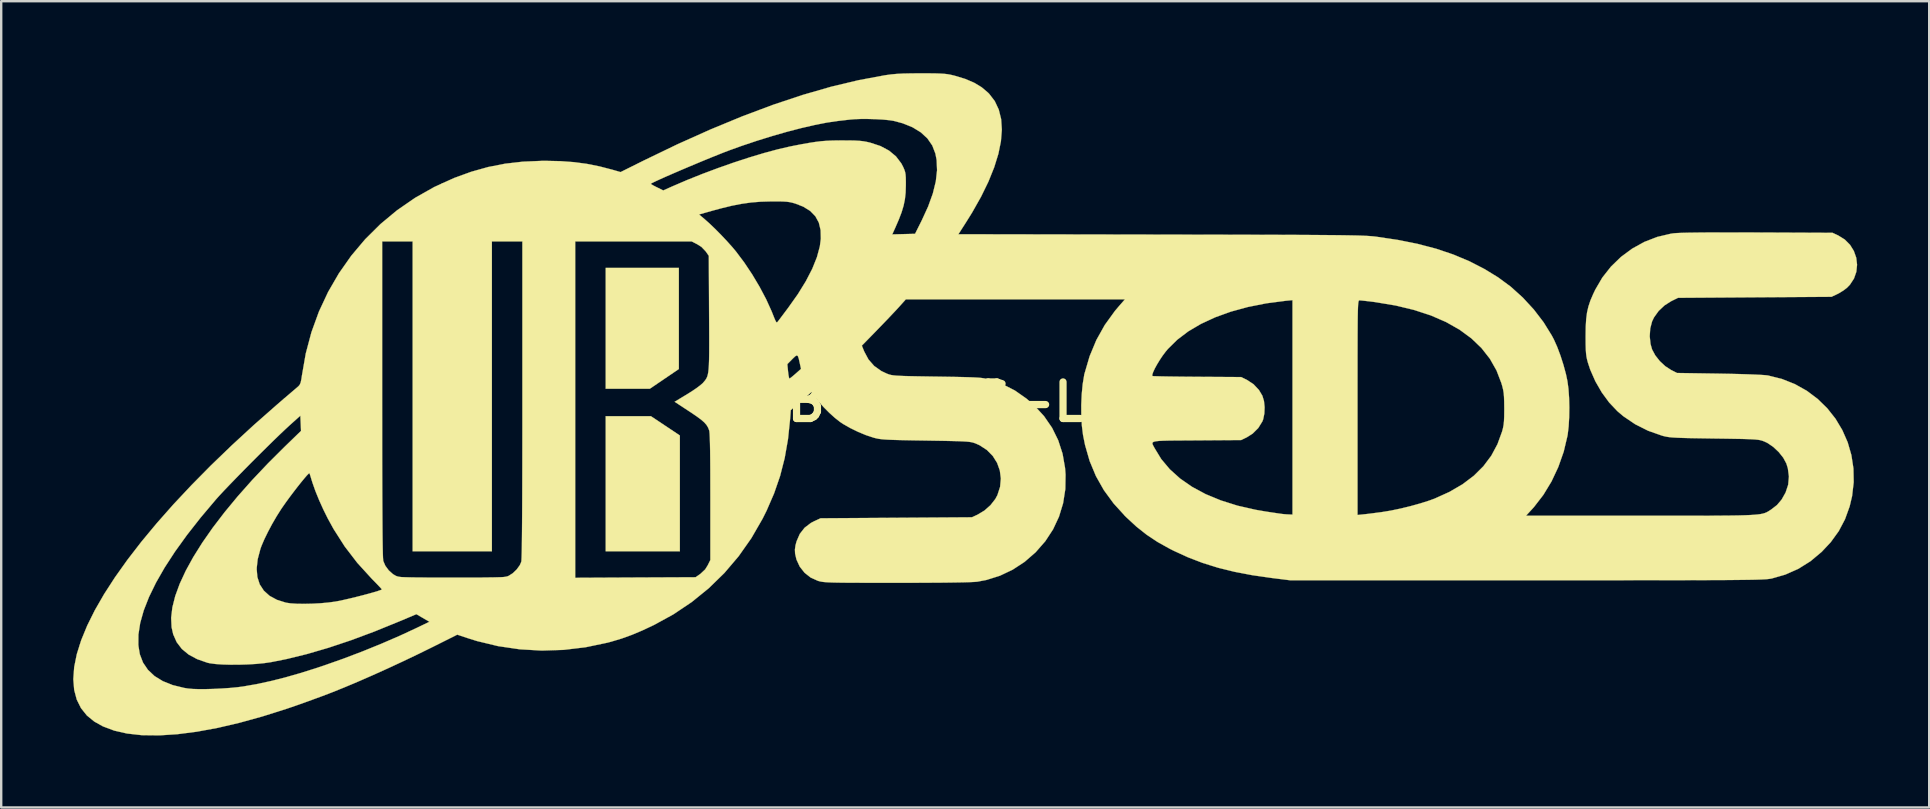
<source format=kicad_pcb>
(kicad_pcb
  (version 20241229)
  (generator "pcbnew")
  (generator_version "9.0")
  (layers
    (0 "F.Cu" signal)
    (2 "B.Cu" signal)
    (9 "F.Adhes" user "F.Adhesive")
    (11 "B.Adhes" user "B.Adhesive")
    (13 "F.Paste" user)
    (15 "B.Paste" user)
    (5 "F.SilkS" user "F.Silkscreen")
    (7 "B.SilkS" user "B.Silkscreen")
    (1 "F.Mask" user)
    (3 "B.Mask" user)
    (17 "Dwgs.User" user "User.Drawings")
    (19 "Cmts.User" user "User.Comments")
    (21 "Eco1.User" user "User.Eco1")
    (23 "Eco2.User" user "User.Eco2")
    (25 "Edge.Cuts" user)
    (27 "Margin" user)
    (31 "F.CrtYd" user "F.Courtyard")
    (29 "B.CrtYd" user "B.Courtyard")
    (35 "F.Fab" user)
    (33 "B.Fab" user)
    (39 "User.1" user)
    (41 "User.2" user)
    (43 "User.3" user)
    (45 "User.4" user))
  (footprint "UB-SEDS-Logo"
    (layer "F.Cu")
    (at 37.215 13.698)
    (property "Reference" "UB-SEDS-Logo" (at 0 0 0) (layer "F.SilkS") (effects (font (size 1.524 1.524) (thickness 0.3))))
    (attr through_hole)
    (fp_poly (pts (xy -12.541 0.995) (xy -11.938 1.398) (xy -11.938 6.223) (xy -15.028 6.223) (xy -15.028 0.593) (xy -13.144 0.593) (xy -12.541 0.995)) (stroke (width 0.01) (type solid)) (fill yes) (layer "F.SilkS"))
    (fp_poly (pts (xy -11.98 -1.372) (xy -12.585 -0.961) (xy -13.19 -0.55) (xy -15.028 -0.55) (xy -15.028 -5.588) (xy -11.98 -5.588) (xy -11.98 -1.372)) (stroke (width 0.01) (type solid)) (fill yes) (layer "F.SilkS"))
    (fp_poly (pts (xy -1.863 -13.693) (xy -1.537 -13.692) (xy -1.281 -13.689) (xy -1.08 -13.682) (xy -0.92 -13.672) (xy -0.787 -13.657) (xy -0.664 -13.635) (xy -0.539 -13.606) (xy -0.487 -13.593) (xy -0.047 -13.46) (xy 0.322 -13.302) (xy 0.635 -13.114) (xy 0.903 -12.887) (xy 0.948 -12.842) (xy 1.184 -12.535) (xy 1.35 -12.182) (xy 1.449 -11.785) (xy 1.478 -11.343) (xy 1.44 -10.861) (xy 1.334 -10.339) (xy 1.161 -9.78) (xy 0.921 -9.184) (xy 0.614 -8.555) (xy 0.24 -7.893) (xy 0.003 -7.512) (xy -0.332 -6.988) (xy 8.079 -6.974) (xy 9.078 -6.972) (xy 9.996 -6.971) (xy 10.836 -6.969) (xy 11.604 -6.967) (xy 12.301 -6.966) (xy 12.932 -6.964) (xy 13.501 -6.962) (xy 14.011 -6.96) (xy 14.466 -6.957) (xy 14.87 -6.954) (xy 15.226 -6.951) (xy 15.538 -6.948) (xy 15.809 -6.944) (xy 16.045 -6.94) (xy 16.247 -6.936) (xy 16.421 -6.931) (xy 16.569 -6.925) (xy 16.695 -6.919) (xy 16.803 -6.912) (xy 16.897 -6.905) (xy 16.98 -6.897) (xy 17.057 -6.888) (xy 17.081 -6.885) (xy 17.982 -6.751) (xy 18.811 -6.585) (xy 19.579 -6.383) (xy 20.293 -6.142) (xy 20.962 -5.861) (xy 21.594 -5.536) (xy 22.158 -5.19) (xy 22.685 -4.801) (xy 23.185 -4.349) (xy 23.645 -3.85) (xy 24.052 -3.319) (xy 24.391 -2.771) (xy 24.478 -2.607) (xy 24.618 -2.295) (xy 24.755 -1.929) (xy 24.88 -1.539) (xy 24.984 -1.154) (xy 25.044 -0.868) (xy 25.087 -0.55) (xy 25.113 -0.177) (xy 25.123 0.227) (xy 25.117 0.633) (xy 25.095 1.016) (xy 25.056 1.349) (xy 25.044 1.418) (xy 24.889 2.072) (xy 24.665 2.708) (xy 24.381 3.313) (xy 24.041 3.873) (xy 23.653 4.375) (xy 23.58 4.456) (xy 23.318 4.741) (xy 28.098 4.741) (xy 28.855 4.741) (xy 29.532 4.741) (xy 30.134 4.741) (xy 30.666 4.74) (xy 31.132 4.739) (xy 31.538 4.736) (xy 31.888 4.733) (xy 32.187 4.728) (xy 32.44 4.721) (xy 32.652 4.712) (xy 32.827 4.701) (xy 32.97 4.688) (xy 33.086 4.673) (xy 33.181 4.654) (xy 33.258 4.632) (xy 33.322 4.608) (xy 33.379 4.579) (xy 33.433 4.547) (xy 33.489 4.511) (xy 33.537 4.48) (xy 33.776 4.295) (xy 33.97 4.066) (xy 34.135 3.773) (xy 34.136 3.77) (xy 34.242 3.449) (xy 34.273 3.107) (xy 34.228 2.763) (xy 34.165 2.561) (xy 34.036 2.322) (xy 33.847 2.086) (xy 33.622 1.874) (xy 33.381 1.71) (xy 33.253 1.649) (xy 33.19 1.625) (xy 33.128 1.605) (xy 33.06 1.588) (xy 32.976 1.575) (xy 32.868 1.564) (xy 32.728 1.555) (xy 32.548 1.548) (xy 32.318 1.541) (xy 32.03 1.536) (xy 31.677 1.53) (xy 31.249 1.524) (xy 31.157 1.523) (xy 30.711 1.516) (xy 30.34 1.51) (xy 30.036 1.504) (xy 29.791 1.497) (xy 29.594 1.489) (xy 29.438 1.48) (xy 29.313 1.469) (xy 29.211 1.455) (xy 29.122 1.438) (xy 29.038 1.418) (xy 28.978 1.401) (xy 28.404 1.199) (xy 27.866 0.928) (xy 27.375 0.596) (xy 27.125 0.384) (xy 26.785 0.025) (xy 26.476 -0.396) (xy 26.208 -0.86) (xy 25.995 -1.344) (xy 25.9 -1.63) (xy 25.864 -1.762) (xy 25.838 -1.887) (xy 25.821 -2.021) (xy 25.81 -2.181) (xy 25.804 -2.386) (xy 25.802 -2.653) (xy 25.802 -2.752) (xy 25.807 -3.134) (xy 25.826 -3.452) (xy 25.861 -3.726) (xy 25.919 -3.978) (xy 26.002 -4.227) (xy 26.116 -4.493) (xy 26.205 -4.68) (xy 26.499 -5.183) (xy 26.858 -5.639) (xy 27.275 -6.043) (xy 27.74 -6.387) (xy 28.246 -6.667) (xy 28.785 -6.876) (xy 29.348 -7.009) (xy 29.47 -7.027) (xy 29.598 -7.037) (xy 29.808 -7.046) (xy 30.102 -7.053) (xy 30.478 -7.058) (xy 30.938 -7.062) (xy 31.482 -7.063) (xy 32.109 -7.063) (xy 32.821 -7.061) (xy 32.956 -7.061) (xy 36.089 -7.048) (xy 36.326 -6.938) (xy 36.601 -6.767) (xy 36.82 -6.547) (xy 36.979 -6.29) (xy 37.078 -6.009) (xy 37.112 -5.716) (xy 37.082 -5.423) (xy 36.984 -5.142) (xy 36.816 -4.886) (xy 36.696 -4.761) (xy 36.555 -4.652) (xy 36.384 -4.545) (xy 36.285 -4.493) (xy 36.047 -4.381) (xy 32.85 -4.36) (xy 29.653 -4.339) (xy 29.371 -4.201) (xy 29.09 -4.023) (xy 28.844 -3.791) (xy 28.653 -3.525) (xy 28.571 -3.355) (xy 28.494 -3.06) (xy 28.473 -2.736) (xy 28.507 -2.415) (xy 28.571 -2.189) (xy 28.703 -1.943) (xy 28.893 -1.702) (xy 29.121 -1.49) (xy 29.364 -1.332) (xy 29.365 -1.332) (xy 29.612 -1.207) (xy 31.369 -1.18) (xy 31.8 -1.172) (xy 32.198 -1.163) (xy 32.556 -1.152) (xy 32.865 -1.14) (xy 33.115 -1.128) (xy 33.298 -1.115) (xy 33.401 -1.103) (xy 33.982 -0.958) (xy 34.523 -0.743) (xy 35.021 -0.464) (xy 35.471 -0.126) (xy 35.87 0.263) (xy 36.214 0.698) (xy 36.498 1.172) (xy 36.721 1.68) (xy 36.876 2.215) (xy 36.961 2.771) (xy 36.972 3.342) (xy 36.905 3.923) (xy 36.803 4.354) (xy 36.609 4.89) (xy 36.348 5.384) (xy 36.014 5.845) (xy 35.639 6.245) (xy 35.173 6.635) (xy 34.667 6.952) (xy 34.123 7.193) (xy 33.567 7.353) (xy 33.525 7.361) (xy 33.479 7.369) (xy 33.423 7.376) (xy 33.357 7.383) (xy 33.275 7.389) (xy 33.176 7.394) (xy 33.054 7.399) (xy 32.908 7.404) (xy 32.734 7.408) (xy 32.529 7.411) (xy 32.288 7.414) (xy 32.01 7.417) (xy 31.69 7.42) (xy 31.326 7.422) (xy 30.913 7.423) (xy 30.45 7.425) (xy 29.931 7.426) (xy 29.355 7.427) (xy 28.717 7.428) (xy 28.015 7.428) (xy 27.245 7.429) (xy 26.404 7.429) (xy 25.488 7.429) (xy 24.495 7.429) (xy 23.42 7.429) (xy 13.483 7.429) (xy 12.721 7.334) (xy 11.914 7.218) (xy 11.175 7.077) (xy 10.492 6.909) (xy 9.85 6.709) (xy 9.235 6.473) (xy 8.635 6.198) (xy 8.467 6.113) (xy 7.963 5.832) (xy 7.512 5.532) (xy 7.086 5.195) (xy 6.658 4.799) (xy 6.622 4.763) (xy 6.136 4.23) (xy 5.729 3.674) (xy 5.398 3.088) (xy 5.138 2.464) (xy 4.945 1.794) (xy 4.861 1.376) (xy 4.814 0.999) (xy 4.789 0.573) (xy 4.787 0.124) (xy 4.807 -0.323) (xy 4.847 -0.743) (xy 4.908 -1.112) (xy 4.914 -1.137) (xy 7.746 -1.137) (xy 7.75 -1.083) (xy 7.755 -1.08) (xy 7.808 -1.075) (xy 7.937 -1.071) (xy 8.132 -1.066) (xy 8.385 -1.061) (xy 8.686 -1.057) (xy 9.027 -1.053) (xy 9.399 -1.05) (xy 9.631 -1.048) (xy 11.451 -1.037) (xy 11.691 -0.919) (xy 11.964 -0.74) (xy 12.19 -0.5) (xy 12.334 -0.259) (xy 12.4 -0.041) (xy 12.427 0.218) (xy 12.416 0.484) (xy 12.367 0.724) (xy 12.334 0.81) (xy 12.162 1.087) (xy 11.927 1.32) (xy 11.691 1.47) (xy 11.451 1.587) (xy 9.599 1.6) (xy 9.144 1.603) (xy 8.768 1.605) (xy 8.462 1.608) (xy 8.221 1.614) (xy 8.038 1.623) (xy 7.906 1.636) (xy 7.819 1.655) (xy 7.77 1.681) (xy 7.752 1.716) (xy 7.758 1.759) (xy 7.782 1.813) (xy 7.818 1.879) (xy 7.838 1.917) (xy 8.12 2.38) (xy 8.476 2.804) (xy 8.905 3.19) (xy 9.404 3.536) (xy 9.97 3.841) (xy 10.602 4.102) (xy 11.296 4.321) (xy 12.052 4.493) (xy 12.488 4.568) (xy 12.766 4.61) (xy 12.975 4.641) (xy 13.13 4.663) (xy 13.247 4.677) (xy 13.34 4.686) (xy 13.424 4.691) (xy 13.451 4.693) (xy 13.589 4.699) (xy 13.589 0.238) (xy 16.298 0.238) (xy 16.298 4.71) (xy 16.563 4.682) (xy 16.717 4.665) (xy 16.925 4.639) (xy 17.154 4.609) (xy 17.314 4.588) (xy 17.684 4.527) (xy 18.091 4.442) (xy 18.51 4.34) (xy 18.915 4.227) (xy 19.281 4.111) (xy 19.513 4.026) (xy 20.132 3.746) (xy 20.675 3.429) (xy 21.145 3.074) (xy 21.543 2.678) (xy 21.871 2.241) (xy 22.129 1.76) (xy 22.321 1.234) (xy 22.321 1.234) (xy 22.359 1.091) (xy 22.385 0.952) (xy 22.401 0.799) (xy 22.409 0.611) (xy 22.412 0.366) (xy 22.412 0.254) (xy 22.409 -0.01) (xy 22.402 -0.21) (xy 22.389 -0.369) (xy 22.366 -0.508) (xy 22.332 -0.648) (xy 22.293 -0.783) (xy 22.09 -1.312) (xy 21.813 -1.8) (xy 21.463 -2.246) (xy 21.042 -2.65) (xy 20.549 -3.012) (xy 19.987 -3.33) (xy 19.356 -3.604) (xy 18.656 -3.833) (xy 17.889 -4.018) (xy 17.055 -4.157) (xy 16.963 -4.17) (xy 16.759 -4.195) (xy 16.581 -4.215) (xy 16.447 -4.229) (xy 16.381 -4.233) (xy 16.368 -4.232) (xy 16.356 -4.224) (xy 16.346 -4.206) (xy 16.337 -4.172) (xy 16.329 -4.118) (xy 16.322 -4.038) (xy 16.317 -3.929) (xy 16.312 -3.786) (xy 16.308 -3.602) (xy 16.305 -3.375) (xy 16.303 -3.099) (xy 16.301 -2.769) (xy 16.3 -2.381) (xy 16.299 -1.93) (xy 16.299 -1.411) (xy 16.298 -0.819) (xy 16.298 -0.15) (xy 16.298 0.238) (xy 13.589 0.238) (xy 13.589 -4.243) (xy 13.303 -4.215) (xy 12.494 -4.109) (xy 11.733 -3.958) (xy 11.023 -3.764) (xy 10.369 -3.528) (xy 9.775 -3.253) (xy 9.246 -2.941) (xy 8.786 -2.592) (xy 8.398 -2.209) (xy 8.306 -2.099) (xy 8.18 -1.932) (xy 8.058 -1.749) (xy 7.946 -1.565) (xy 7.851 -1.392) (xy 7.783 -1.245) (xy 7.746 -1.137) (xy 4.914 -1.137) (xy 4.924 -1.185) (xy 5.136 -1.906) (xy 5.416 -2.579) (xy 5.767 -3.207) (xy 6.19 -3.792) (xy 6.337 -3.966) (xy 6.607 -4.276) (xy -2.521 -4.276) (xy -2.816 -3.948) (xy -2.94 -3.813) (xy -3.109 -3.634) (xy -3.306 -3.426) (xy -3.518 -3.206) (xy -3.728 -2.989) (xy -3.733 -2.983) (xy -4.355 -2.346) (xy -4.254 -2.098) (xy -4.078 -1.77) (xy -3.841 -1.5) (xy -3.542 -1.288) (xy -3.314 -1.18) (xy -3.252 -1.157) (xy -3.191 -1.137) (xy -3.122 -1.121) (xy -3.036 -1.108) (xy -2.925 -1.097) (xy -2.78 -1.089) (xy -2.593 -1.081) (xy -2.357 -1.075) (xy -2.061 -1.069) (xy -1.698 -1.063) (xy -1.259 -1.056) (xy -1.228 -1.056) (xy -0.781 -1.049) (xy -0.41 -1.043) (xy -0.105 -1.036) (xy 0.141 -1.029) (xy 0.338 -1.021) (xy 0.495 -1.012) (xy 0.62 -1.001) (xy 0.724 -0.987) (xy 0.813 -0.97) (xy 0.898 -0.949) (xy 0.953 -0.934) (xy 1.509 -0.74) (xy 2.024 -0.476) (xy 2.506 -0.138) (xy 2.829 0.146) (xy 3.238 0.593) (xy 3.571 1.076) (xy 3.827 1.597) (xy 4.008 2.155) (xy 4.112 2.748) (xy 4.133 3.027) (xy 4.123 3.633) (xy 4.031 4.219) (xy 3.86 4.779) (xy 3.612 5.309) (xy 3.288 5.804) (xy 2.89 6.259) (xy 2.881 6.268) (xy 2.426 6.663) (xy 1.928 6.989) (xy 1.396 7.241) (xy 0.836 7.417) (xy 0.45 7.49) (xy 0.333 7.499) (xy 0.133 7.508) (xy -0.145 7.516) (xy -0.501 7.522) (xy -0.93 7.528) (xy -1.431 7.531) (xy -2.001 7.534) (xy -2.637 7.535) (xy -2.898 7.535) (xy -3.478 7.535) (xy -3.979 7.535) (xy -4.409 7.534) (xy -4.772 7.533) (xy -5.077 7.531) (xy -5.328 7.528) (xy -5.532 7.524) (xy -5.697 7.518) (xy -5.827 7.511) (xy -5.93 7.503) (xy -6.011 7.493) (xy -6.078 7.481) (xy -6.136 7.467) (xy -6.191 7.451) (xy -6.193 7.45) (xy -6.489 7.316) (xy -6.742 7.116) (xy -6.942 6.862) (xy -7.079 6.566) (xy -7.136 6.319) (xy -7.144 6.151) (xy -7.12 5.975) (xy -7.075 5.808) (xy -6.94 5.497) (xy -6.74 5.241) (xy -6.476 5.04) (xy -6.342 4.97) (xy -6.075 4.847) (xy -2.921 4.826) (xy 0.233 4.805) (xy 0.476 4.691) (xy 0.756 4.522) (xy 1.006 4.3) (xy 1.206 4.044) (xy 1.293 3.883) (xy 1.405 3.538) (xy 1.437 3.192) (xy 1.394 2.855) (xy 1.28 2.537) (xy 1.1 2.25) (xy 0.857 2.003) (xy 0.556 1.806) (xy 0.392 1.732) (xy 0.33 1.709) (xy 0.267 1.69) (xy 0.196 1.674) (xy 0.106 1.661) (xy -0.009 1.65) (xy -0.159 1.642) (xy -0.352 1.634) (xy -0.597 1.628) (xy -0.901 1.621) (xy -1.273 1.615) (xy -1.693 1.608) (xy -2.141 1.601) (xy -2.512 1.594) (xy -2.817 1.587) (xy -3.063 1.58) (xy -3.261 1.572) (xy -3.418 1.562) (xy -3.544 1.551) (xy -3.648 1.537) (xy -3.738 1.519) (xy -3.823 1.499) (xy -3.873 1.485) (xy -4.18 1.384) (xy -4.512 1.246) (xy -4.84 1.086) (xy -5.133 0.919) (xy -5.265 0.831) (xy -5.478 0.663) (xy -5.71 0.454) (xy -5.938 0.225) (xy -6.14 0.001) (xy -6.291 -0.194) (xy -6.446 -0.419) (xy -7.316 0.342) (xy -7.344 0.711) (xy -7.432 1.552) (xy -7.57 2.338) (xy -7.761 3.085) (xy -8.011 3.809) (xy -8.323 4.528) (xy -8.493 4.868) (xy -8.959 5.676) (xy -9.489 6.429) (xy -10.081 7.125) (xy -10.733 7.761) (xy -11.443 8.337) (xy -12.208 8.85) (xy -13.011 9.29) (xy -13.495 9.518) (xy -13.937 9.704) (xy -14.363 9.858) (xy -14.798 9.988) (xy -14.955 10.03) (xy -15.863 10.22) (xy -16.78 10.33) (xy -17.697 10.359) (xy -18.61 10.306) (xy -19.511 10.174) (xy -20.394 9.961) (xy -20.77 9.843) (xy -21.212 9.696) (xy -22.195 10.188) (xy -22.821 10.496) (xy -23.462 10.802) (xy -24.105 11.101) (xy -24.737 11.386) (xy -25.345 11.652) (xy -25.917 11.893) (xy -26.438 12.103) (xy -26.839 12.256) (xy -27.159 12.373) (xy -27.415 12.467) (xy -27.623 12.542) (xy -27.798 12.604) (xy -27.955 12.659) (xy -28.11 12.712) (xy -28.278 12.769) (xy -28.321 12.784) (xy -29.327 13.102) (xy -30.289 13.368) (xy -31.201 13.581) (xy -32.063 13.739) (xy -32.87 13.843) (xy -33.62 13.892) (xy -34.31 13.885) (xy -34.375 13.882) (xy -34.972 13.815) (xy -35.506 13.694) (xy -35.975 13.518) (xy -36.337 13.316) (xy -36.647 13.062) (xy -36.891 12.756) (xy -37.067 12.402) (xy -37.174 12) (xy -37.21 11.555) (xy -37.21 11.55) (xy -37.174 11.047) (xy -37.065 10.507) (xy -36.949 10.138) (xy -34.501 10.138) (xy -34.439 10.513) (xy -34.306 10.86) (xy -34.101 11.162) (xy -33.827 11.42) (xy -33.484 11.632) (xy -33.073 11.797) (xy -32.595 11.914) (xy -32.427 11.941) (xy -32.239 11.958) (xy -31.985 11.966) (xy -31.685 11.965) (xy -31.356 11.956) (xy -31.017 11.939) (xy -30.688 11.917) (xy -30.386 11.888) (xy -30.129 11.855) (xy -30.12 11.853) (xy -29.553 11.753) (xy -28.983 11.63) (xy -28.395 11.482) (xy -27.772 11.304) (xy -27.099 11.093) (xy -26.755 10.978) (xy -25.975 10.703) (xy -25.171 10.398) (xy -24.372 10.073) (xy -23.603 9.74) (xy -22.924 9.425) (xy -22.373 9.16) (xy -22.644 9.001) (xy -22.916 8.843) (xy -23.618 9.139) (xy -24.659 9.563) (xy -25.644 9.93) (xy -26.579 10.242) (xy -27.469 10.502) (xy -28.321 10.711) (xy -28.977 10.842) (xy -29.261 10.883) (xy -29.588 10.915) (xy -29.941 10.936) (xy -30.304 10.947) (xy -30.66 10.948) (xy -30.993 10.939) (xy -31.284 10.919) (xy -31.519 10.888) (xy -31.623 10.865) (xy -32.051 10.716) (xy -32.405 10.525) (xy -32.689 10.29) (xy -32.903 10.009) (xy -33.048 9.683) (xy -33.115 9.388) (xy -33.134 8.995) (xy -33.083 8.561) (xy -32.964 8.088) (xy -32.778 7.579) (xy -32.527 7.037) (xy -32.476 6.943) (xy -29.571 6.943) (xy -29.542 7.294) (xy -29.443 7.601) (xy -29.272 7.863) (xy -29.032 8.079) (xy -28.723 8.246) (xy -28.351 8.363) (xy -28.155 8.392) (xy -27.894 8.409) (xy -27.589 8.413) (xy -27.258 8.406) (xy -26.92 8.388) (xy -26.596 8.359) (xy -26.305 8.32) (xy -26.183 8.298) (xy -25.953 8.25) (xy -25.697 8.191) (xy -25.428 8.126) (xy -25.161 8.058) (xy -24.91 7.991) (xy -24.69 7.929) (xy -24.513 7.875) (xy -24.394 7.833) (xy -24.353 7.812) (xy -24.377 7.781) (xy -24.451 7.7) (xy -24.564 7.581) (xy -24.707 7.434) (xy -24.777 7.363) (xy -25.377 6.705) (xy -25.903 6.019) (xy -26.368 5.29) (xy -26.606 4.857) (xy -26.794 4.478) (xy -26.969 4.09) (xy -27.122 3.715) (xy -27.242 3.376) (xy -27.286 3.236) (xy -27.326 3.102) (xy -27.357 3.004) (xy -27.372 2.969) (xy -27.407 2.989) (xy -27.483 3.067) (xy -27.592 3.194) (xy -27.727 3.358) (xy -27.879 3.55) (xy -28.04 3.759) (xy -28.202 3.974) (xy -28.357 4.187) (xy -28.496 4.385) (xy -28.551 4.466) (xy -28.739 4.763) (xy -28.926 5.085) (xy -29.1 5.412) (xy -29.252 5.723) (xy -29.369 5.997) (xy -29.413 6.117) (xy -29.528 6.551) (xy -29.571 6.943) (xy -32.476 6.943) (xy -32.213 6.465) (xy -31.837 5.865) (xy -31.402 5.242) (xy -30.908 4.596) (xy -30.359 3.932) (xy -29.756 3.252) (xy -29.1 2.559) (xy -28.401 1.863) (xy -27.723 1.206) (xy -27.736 0.889) (xy -27.75 0.572) (xy -28.194 0.97) (xy -28.382 1.144) (xy -28.616 1.366) (xy -28.885 1.626) (xy -29.179 1.915) (xy -29.489 2.222) (xy -29.806 2.539) (xy -30.118 2.855) (xy -30.417 3.161) (xy -30.693 3.446) (xy -30.936 3.7) (xy -31.136 3.915) (xy -31.269 4.064) (xy -31.906 4.819) (xy -32.475 5.544) (xy -32.975 6.238) (xy -33.406 6.901) (xy -33.766 7.53) (xy -34.056 8.125) (xy -34.276 8.685) (xy -34.423 9.207) (xy -34.498 9.693) (xy -34.501 10.138) (xy -36.949 10.138) (xy -36.883 9.93) (xy -36.632 9.319) (xy -36.313 8.677) (xy -35.926 8.005) (xy -35.474 7.306) (xy -34.958 6.581) (xy -34.38 5.832) (xy -33.741 5.062) (xy -33.043 4.272) (xy -32.287 3.466) (xy -31.475 2.643) (xy -30.608 1.808) (xy -29.688 0.961) (xy -28.716 0.105) (xy -28.451 -0.123) (xy -28.266 -0.281) (xy -28.097 -0.426) (xy -27.957 -0.545) (xy -27.86 -0.629) (xy -27.828 -0.656) (xy -27.776 -0.719) (xy -27.737 -0.811) (xy -27.707 -0.953) (xy -27.685 -1.101) (xy -27.525 -2.019) (xy -27.288 -2.908) (xy -26.977 -3.764) (xy -26.594 -4.583) (xy -26.143 -5.361) (xy -25.627 -6.095) (xy -25.126 -6.689) (xy -24.342 -6.689) (xy -24.342 -0.125) (xy -24.341 0.846) (xy -24.341 1.733) (xy -24.34 2.54) (xy -24.338 3.268) (xy -24.336 3.918) (xy -24.333 4.494) (xy -24.33 4.997) (xy -24.327 5.428) (xy -24.323 5.791) (xy -24.318 6.085) (xy -24.313 6.315) (xy -24.307 6.481) (xy -24.3 6.585) (xy -24.295 6.625) (xy -24.21 6.824) (xy -24.068 7.016) (xy -23.892 7.174) (xy -23.773 7.244) (xy -23.73 7.261) (xy -23.679 7.276) (xy -23.613 7.288) (xy -23.526 7.298) (xy -23.408 7.305) (xy -23.254 7.311) (xy -23.055 7.316) (xy -22.805 7.319) (xy -22.495 7.32) (xy -22.12 7.321) (xy -21.67 7.322) (xy -21.421 7.322) (xy -20.932 7.322) (xy -20.521 7.321) (xy -20.18 7.32) (xy -19.901 7.317) (xy -19.678 7.314) (xy -19.503 7.308) (xy -19.368 7.302) (xy -19.267 7.293) (xy -19.191 7.282) (xy -19.135 7.269) (xy -19.089 7.253) (xy -19.071 7.245) (xy -18.898 7.135) (xy -18.735 6.978) (xy -18.607 6.801) (xy -18.545 6.66) (xy -18.538 6.599) (xy -18.532 6.465) (xy -18.526 6.257) (xy -18.521 5.976) (xy -18.517 5.619) (xy -18.513 5.185) (xy -18.509 4.674) (xy -18.506 4.084) (xy -18.504 3.415) (xy -18.502 2.665) (xy -18.501 1.834) (xy -18.5 0.92) (xy -18.5 -0.078) (xy -18.5 -0.095) (xy -18.5 -6.689) (xy -16.298 -6.689) (xy -16.298 7.326) (xy -13.79 7.314) (xy -11.282 7.303) (xy -11.085 7.166) (xy -10.884 6.978) (xy -10.778 6.808) (xy -10.668 6.587) (xy -10.668 3.956) (xy -10.669 3.354) (xy -10.67 2.834) (xy -10.673 2.391) (xy -10.677 2.022) (xy -10.683 1.725) (xy -10.69 1.494) (xy -10.698 1.328) (xy -10.708 1.222) (xy -10.717 1.181) (xy -10.764 1.063) (xy -10.828 0.957) (xy -10.919 0.853) (xy -11.048 0.74) (xy -11.226 0.608) (xy -11.462 0.447) (xy -11.546 0.392) (xy -12.155 -0.008) (xy -11.634 -0.322) (xy -11.432 -0.449) (xy -11.246 -0.575) (xy -11.093 -0.69) (xy -10.99 -0.778) (xy -10.975 -0.794) (xy -10.92 -0.858) (xy -10.873 -0.916) (xy -10.834 -0.977) (xy -10.801 -1.046) (xy -10.775 -1.131) (xy -10.754 -1.239) (xy -10.739 -1.376) (xy -10.727 -1.551) (xy -10.727 -1.575) (xy -7.46 -1.575) (xy -7.43 -1.274) (xy -7.412 -1.127) (xy -7.392 -1.02) (xy -7.374 -0.975) (xy -7.372 -0.974) (xy -7.329 -1) (xy -7.242 -1.069) (xy -7.128 -1.166) (xy -7.117 -1.176) (xy -6.89 -1.377) (xy -6.944 -1.631) (xy -6.984 -1.808) (xy -7.02 -1.91) (xy -7.063 -1.94) (xy -7.127 -1.906) (xy -7.224 -1.814) (xy -7.256 -1.782) (xy -7.46 -1.575) (xy -10.727 -1.575) (xy -10.72 -1.768) (xy -10.716 -2.037) (xy -10.715 -2.363) (xy -10.715 -2.753) (xy -10.717 -3.216) (xy -10.72 -3.69) (xy -10.732 -6.089) (xy -10.859 -6.272) (xy -11.038 -6.46) (xy -11.216 -6.572) (xy -11.445 -6.689) (xy -16.298 -6.689) (xy -18.5 -6.689) (xy -19.77 -6.689) (xy -19.77 6.223) (xy -23.072 6.223) (xy -23.072 -6.689) (xy -24.342 -6.689) (xy -25.126 -6.689) (xy -25.049 -6.78) (xy -24.412 -7.412) (xy -23.931 -7.812) (xy -11.139 -7.812) (xy -10.914 -7.624) (xy -10.712 -7.445) (xy -10.476 -7.219) (xy -10.225 -6.966) (xy -9.979 -6.705) (xy -9.755 -6.455) (xy -9.596 -6.265) (xy -9.255 -5.811) (xy -8.923 -5.313) (xy -8.614 -4.794) (xy -8.341 -4.277) (xy -8.118 -3.786) (xy -8.085 -3.705) (xy -8.011 -3.518) (xy -7.959 -3.397) (xy -7.924 -3.333) (xy -7.898 -3.314) (xy -7.874 -3.329) (xy -7.857 -3.349) (xy -7.816 -3.402) (xy -7.734 -3.51) (xy -7.623 -3.658) (xy -7.491 -3.834) (xy -7.429 -3.916) (xy -7.022 -4.49) (xy -6.686 -5.035) (xy -6.42 -5.55) (xy -6.227 -6.031) (xy -6.106 -6.477) (xy -6.064 -6.8) (xy -6.073 -7.162) (xy -6.148 -7.474) (xy -6.293 -7.739) (xy -6.508 -7.959) (xy -6.796 -8.137) (xy -7.117 -8.263) (xy -7.243 -8.3) (xy -7.36 -8.326) (xy -7.487 -8.343) (xy -7.641 -8.353) (xy -7.842 -8.357) (xy -8.106 -8.356) (xy -8.149 -8.356) (xy -8.564 -8.344) (xy -8.958 -8.313) (xy -9.351 -8.258) (xy -9.766 -8.178) (xy -10.222 -8.067) (xy -10.565 -7.974) (xy -11.139 -7.812) (xy -23.931 -7.812) (xy -23.719 -7.988) (xy -22.973 -8.503) (xy -22.177 -8.953) (xy -21.877 -9.09) (xy -13.149 -9.09) (xy -13.121 -9.066) (xy -13.035 -9.016) (xy -12.909 -8.951) (xy -12.896 -8.945) (xy -12.629 -8.813) (xy -12.252 -8.982) (xy -11.645 -9.243) (xy -11.008 -9.498) (xy -10.353 -9.743) (xy -9.697 -9.974) (xy -9.054 -10.184) (xy -8.439 -10.369) (xy -7.865 -10.524) (xy -7.348 -10.644) (xy -7.258 -10.662) (xy -6.879 -10.736) (xy -6.564 -10.792) (xy -6.294 -10.834) (xy -6.05 -10.864) (xy -5.813 -10.882) (xy -5.564 -10.893) (xy -5.284 -10.897) (xy -5.165 -10.897) (xy -4.867 -10.896) (xy -4.635 -10.891) (xy -4.451 -10.88) (xy -4.296 -10.863) (xy -4.151 -10.837) (xy -4.002 -10.802) (xy -3.579 -10.663) (xy -3.223 -10.473) (xy -2.933 -10.232) (xy -2.712 -9.942) (xy -2.637 -9.8) (xy -2.587 -9.687) (xy -2.554 -9.588) (xy -2.534 -9.482) (xy -2.524 -9.346) (xy -2.521 -9.16) (xy -2.522 -9.017) (xy -2.531 -8.717) (xy -2.561 -8.445) (xy -2.615 -8.181) (xy -2.698 -7.904) (xy -2.817 -7.594) (xy -2.958 -7.269) (xy -3.088 -6.982) (xy -2.138 -7.006) (xy -1.861 -7.559) (xy -1.593 -8.143) (xy -1.397 -8.686) (xy -1.273 -9.189) (xy -1.221 -9.654) (xy -1.239 -10.082) (xy -1.291 -10.351) (xy -1.42 -10.685) (xy -1.623 -10.98) (xy -1.897 -11.233) (xy -2.241 -11.444) (xy -2.652 -11.611) (xy -3.025 -11.711) (xy -3.22 -11.741) (xy -3.477 -11.766) (xy -3.771 -11.782) (xy -4.081 -11.791) (xy -4.382 -11.792) (xy -4.653 -11.782) (xy -4.826 -11.768) (xy -5.023 -11.746) (xy -5.226 -11.722) (xy -5.376 -11.705) (xy -5.816 -11.64) (xy -6.319 -11.541) (xy -6.874 -11.413) (xy -7.468 -11.259) (xy -8.088 -11.081) (xy -8.723 -10.884) (xy -9.358 -10.671) (xy -9.864 -10.489) (xy -10.081 -10.407) (xy -10.34 -10.304) (xy -10.632 -10.187) (xy -10.946 -10.058) (xy -11.272 -9.922) (xy -11.601 -9.784) (xy -11.923 -9.647) (xy -12.227 -9.516) (xy -12.505 -9.395) (xy -12.745 -9.288) (xy -12.938 -9.199) (xy -13.075 -9.133) (xy -13.144 -9.094) (xy -13.149 -9.09) (xy -21.877 -9.09) (xy -21.343 -9.332) (xy -20.628 -9.592) (xy -19.925 -9.789) (xy -19.215 -9.928) (xy -18.477 -10.012) (xy -17.693 -10.045) (xy -17.526 -10.046) (xy -16.909 -10.033) (xy -16.347 -9.992) (xy -15.814 -9.921) (xy -15.285 -9.815) (xy -14.733 -9.672) (xy -14.687 -9.658) (xy -14.408 -9.578) (xy -13.459 -10.051) (xy -12.035 -10.738) (xy -10.658 -11.355) (xy -9.329 -11.904) (xy -8.048 -12.384) (xy -6.815 -12.794) (xy -5.629 -13.136) (xy -4.492 -13.407) (xy -3.403 -13.61) (xy -3.344 -13.619) (xy -3.13 -13.648) (xy -2.9 -13.669) (xy -2.636 -13.683) (xy -2.324 -13.69) (xy -1.947 -13.693) (xy -1.863 -13.693)) (stroke (width 0.01) (type solid)) (fill yes) (layer "F.SilkS")))
  (gr_rect
    (start -3 -3)
    (end 77.333 30.595)
    (stroke (width 0.1) (type default))
    (fill no)
    (layer "Edge.Cuts")))
</source>
